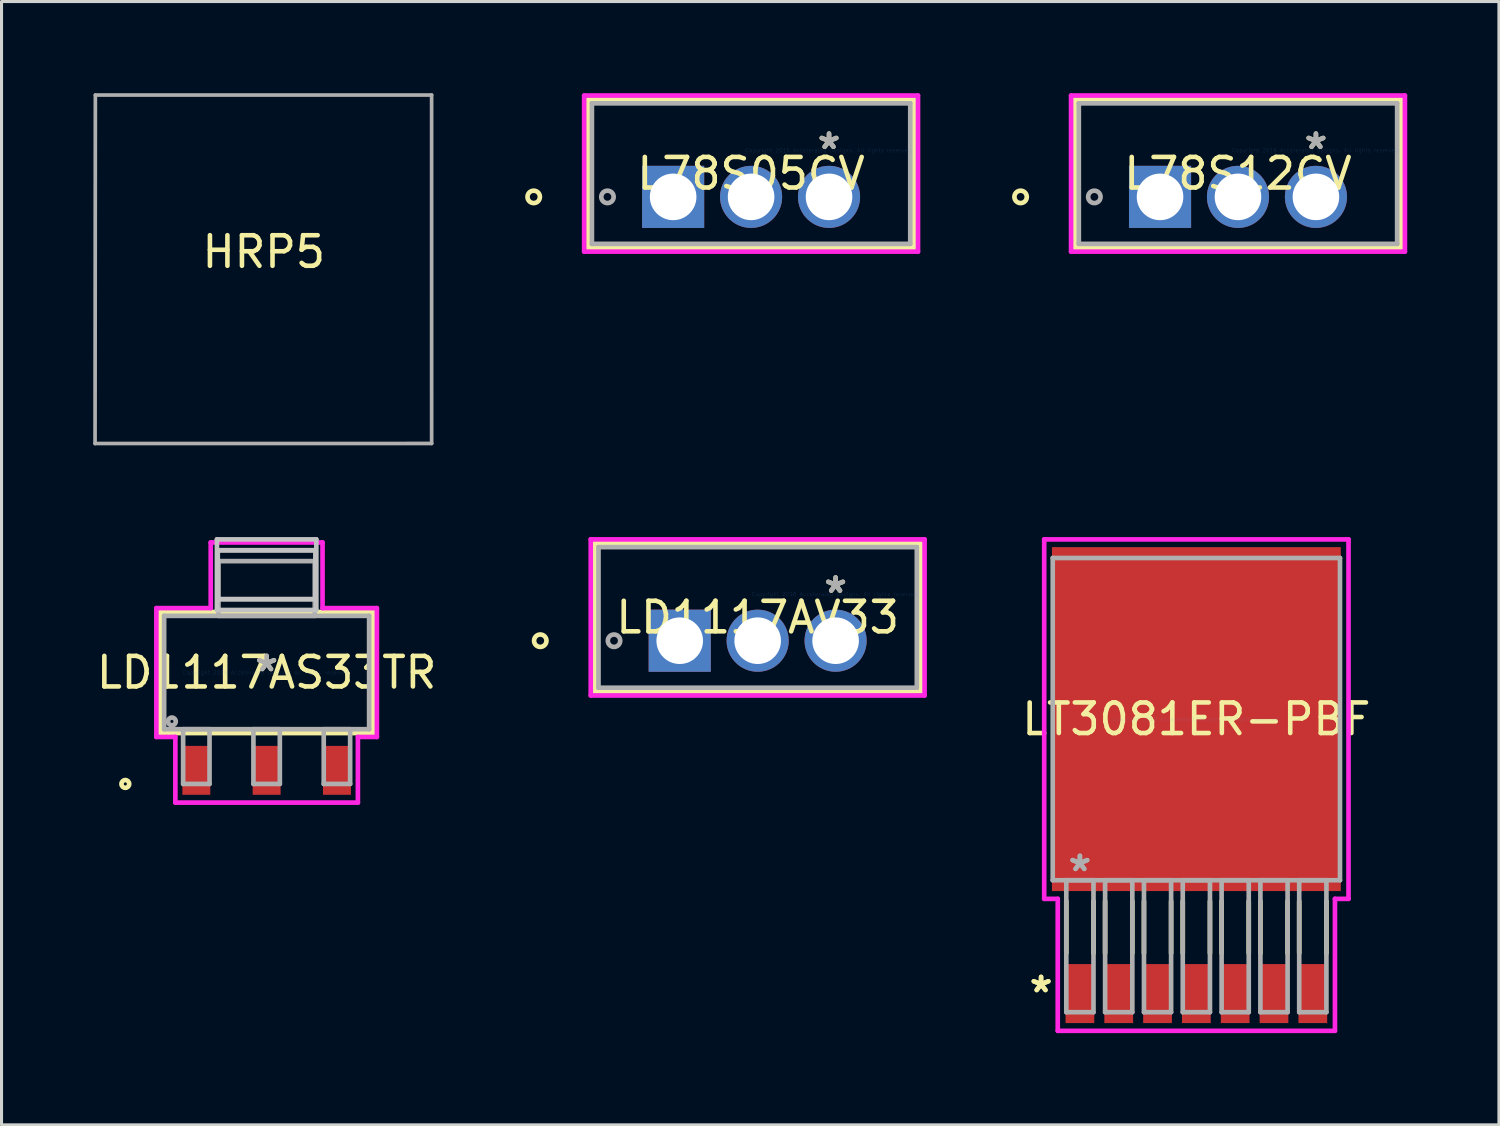
<source format=kicad_pcb>
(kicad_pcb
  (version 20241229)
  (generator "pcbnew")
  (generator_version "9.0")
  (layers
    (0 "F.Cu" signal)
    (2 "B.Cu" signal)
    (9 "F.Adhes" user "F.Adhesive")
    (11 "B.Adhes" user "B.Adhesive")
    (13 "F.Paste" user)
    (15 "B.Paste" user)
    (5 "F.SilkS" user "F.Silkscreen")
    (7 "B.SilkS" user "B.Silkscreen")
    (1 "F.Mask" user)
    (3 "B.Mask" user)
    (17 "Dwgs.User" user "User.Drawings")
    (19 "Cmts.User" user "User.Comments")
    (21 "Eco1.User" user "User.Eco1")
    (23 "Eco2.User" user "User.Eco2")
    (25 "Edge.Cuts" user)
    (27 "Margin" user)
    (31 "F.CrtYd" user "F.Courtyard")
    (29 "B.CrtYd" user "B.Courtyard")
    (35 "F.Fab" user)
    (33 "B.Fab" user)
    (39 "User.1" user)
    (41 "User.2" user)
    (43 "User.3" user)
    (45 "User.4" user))
  (footprint "LD1117AS33TR"
    (layer "F.Cu")
    (at 5.673 18.952)
    (property "Reference" "LD1117AS33TR" (at 0 0 0) (layer "F.SilkS") (effects (font (size 1 1) (thickness 0.15))))
    (attr through_hole)
    (fp_line (start -3.48 -1.981) (end -3.48 1.981) (stroke (width 0.152) (type solid)) (layer "F.SilkS"))
    (fp_line (start -3.48 1.981) (end 3.48 1.981) (stroke (width 0.152) (type solid)) (layer "F.SilkS"))
    (fp_line (start 3.48 -1.981) (end -3.48 -1.981) (stroke (width 0.152) (type solid)) (layer "F.SilkS"))
    (fp_line (start 3.48 1.981) (end 3.48 -1.981) (stroke (width 0.152) (type solid)) (layer "F.SilkS"))
    (fp_circle (center -4.623 3.645) (end -4.496 3.645) (stroke (width 0.152) (type solid)) (fill no) (layer "F.SilkS"))
    (fp_line (start -1.626 -4.356) (end -1.626 -2.045) (stroke (width 0.152) (type solid)) (layer "Dwgs.User"))
    (fp_line (start -1.626 -2.045) (end 1.626 -2.045) (stroke (width 0.152) (type solid)) (layer "Dwgs.User"))
    (fp_line (start -1.6 -4) (end -1.6 -2.4) (stroke (width 0.152) (type solid)) (layer "Dwgs.User"))
    (fp_line (start -1.6 -4) (end -1.6 -2.4) (stroke (width 0.152) (type solid)) (layer "Dwgs.User"))
    (fp_line (start -1.6 -2.4) (end 1.6 -2.4) (stroke (width 0.152) (type solid)) (layer "Dwgs.User"))
    (fp_line (start -1.6 -2.4) (end 1.6 -2.4) (stroke (width 0.152) (type solid)) (layer "Dwgs.User"))
    (fp_line (start 1.6 -4) (end -1.6 -4) (stroke (width 0.152) (type solid)) (layer "Dwgs.User"))
    (fp_line (start 1.6 -4) (end -1.6 -4) (stroke (width 0.152) (type solid)) (layer "Dwgs.User"))
    (fp_line (start 1.6 -2.4) (end 1.6 -4) (stroke (width 0.152) (type solid)) (layer "Dwgs.User"))
    (fp_line (start 1.6 -2.4) (end 1.6 -4) (stroke (width 0.152) (type solid)) (layer "Dwgs.User"))
    (fp_line (start 1.626 -4.356) (end -1.626 -4.356) (stroke (width 0.152) (type solid)) (layer "Dwgs.User"))
    (fp_line (start 1.626 -2.045) (end 1.626 -4.356) (stroke (width 0.152) (type solid)) (layer "Dwgs.User"))
    (fp_line (start -3.607 -2.108) (end -1.829 -2.108) (stroke (width 0.152) (type solid)) (layer "F.CrtYd"))
    (fp_line (start -3.607 2.108) (end -3.607 -2.108) (stroke (width 0.152) (type solid)) (layer "F.CrtYd"))
    (fp_line (start -2.986 2.108) (end -3.607 2.108) (stroke (width 0.152) (type solid)) (layer "F.CrtYd"))
    (fp_line (start -2.986 4.255) (end -2.986 2.108) (stroke (width 0.152) (type solid)) (layer "F.CrtYd"))
    (fp_line (start -1.829 -4.255) (end 1.829 -4.255) (stroke (width 0.152) (type solid)) (layer "F.CrtYd"))
    (fp_line (start -1.829 -2.108) (end -1.829 -4.255) (stroke (width 0.152) (type solid)) (layer "F.CrtYd"))
    (fp_line (start 1.829 -4.255) (end 1.829 -2.108) (stroke (width 0.152) (type solid)) (layer "F.CrtYd"))
    (fp_line (start 1.829 -2.108) (end 3.607 -2.108) (stroke (width 0.152) (type solid)) (layer "F.CrtYd"))
    (fp_line (start 2.986 2.108) (end 2.986 4.255) (stroke (width 0.152) (type solid)) (layer "F.CrtYd"))
    (fp_line (start 2.986 4.255) (end -2.986 4.255) (stroke (width 0.152) (type solid)) (layer "F.CrtYd"))
    (fp_line (start 3.607 -2.108) (end 3.607 2.108) (stroke (width 0.152) (type solid)) (layer "F.CrtYd"))
    (fp_line (start 3.607 2.108) (end 2.986 2.108) (stroke (width 0.152) (type solid)) (layer "F.CrtYd"))
    (fp_line (start -3.353 -1.854) (end -3.353 1.854) (stroke (width 0.152) (type solid)) (layer "F.Fab"))
    (fp_line (start -3.353 1.854) (end 3.353 1.854) (stroke (width 0.152) (type solid)) (layer "F.Fab"))
    (fp_line (start -2.732 1.854) (end -2.732 3.645) (stroke (width 0.152) (type solid)) (layer "F.Fab"))
    (fp_line (start -2.732 3.645) (end -1.868 3.645) (stroke (width 0.152) (type solid)) (layer "F.Fab"))
    (fp_line (start -1.868 1.854) (end -2.732 1.854) (stroke (width 0.152) (type solid)) (layer "F.Fab"))
    (fp_line (start -1.868 3.645) (end -1.868 1.854) (stroke (width 0.152) (type solid)) (layer "F.Fab"))
    (fp_line (start -1.575 -3.645) (end -1.575 -1.854) (stroke (width 0.152) (type solid)) (layer "F.Fab"))
    (fp_line (start -1.575 -1.854) (end 1.575 -1.854) (stroke (width 0.152) (type solid)) (layer "F.Fab"))
    (fp_line (start -0.432 1.854) (end -0.432 3.645) (stroke (width 0.152) (type solid)) (layer "F.Fab"))
    (fp_line (start -0.432 3.645) (end 0.432 3.645) (stroke (width 0.152) (type solid)) (layer "F.Fab"))
    (fp_line (start 0.432 1.854) (end -0.432 1.854) (stroke (width 0.152) (type solid)) (layer "F.Fab"))
    (fp_line (start 0.432 3.645) (end 0.432 1.854) (stroke (width 0.152) (type solid)) (layer "F.Fab"))
    (fp_line (start 1.575 -3.645) (end -1.575 -3.645) (stroke (width 0.152) (type solid)) (layer "F.Fab"))
    (fp_line (start 1.575 -1.854) (end 1.575 -3.645) (stroke (width 0.152) (type solid)) (layer "F.Fab"))
    (fp_line (start 1.868 1.854) (end 1.868 3.645) (stroke (width 0.152) (type solid)) (layer "F.Fab"))
    (fp_line (start 1.868 3.645) (end 2.732 3.645) (stroke (width 0.152) (type solid)) (layer "F.Fab"))
    (fp_line (start 2.732 1.854) (end 1.868 1.854) (stroke (width 0.152) (type solid)) (layer "F.Fab"))
    (fp_line (start 2.732 3.645) (end 2.732 1.854) (stroke (width 0.152) (type solid)) (layer "F.Fab"))
    (fp_line (start 3.353 -1.854) (end -3.353 -1.854) (stroke (width 0.152) (type solid)) (layer "F.Fab"))
    (fp_line (start 3.353 1.854) (end 3.353 -1.854) (stroke (width 0.152) (type solid)) (layer "F.Fab"))
    (fp_circle (center -3.099 1.6) (end -2.972 1.6) (stroke (width 0.152) (type solid)) (fill no) (layer "F.Fab"))
    (fp_text user "*" (at 0 0 0) (layer "F.SilkS") (effects (font (size 1 1) (thickness 0.15))))
    (fp_text user "Copyright 2016 Accelerated Designs. All rights reserved." (at 0 0 0) (layer "Cmts.User") (effects (font (size 0.127 0.127) (thickness 0.002))))
    (fp_text user "*" (at 0 0 0) (layer "F.Fab") (effects (font (size 1 1) (thickness 0.15))))
    (pad "1" smd rect (at -2.3 3.2) (size 0.914 1.6) (layers "F.Cu" "F.Mask" "F.Paste"))
    (pad "2" smd rect (at 0 3.2) (size 0.914 1.6) (layers "F.Cu" "F.Mask" "F.Paste"))
    (pad "3" smd rect (at 2.3 3.2) (size 0.914 1.6) (layers "F.Cu" "F.Mask" "F.Paste")))
  (footprint "LD1117AV33"
    (layer "F.Cu")
    (at 24.287 16.387)
    (property "Reference" "LD1117AV33" (at -2.55 0.762 0) (layer "F.SilkS") (effects (font (size 1 1) (thickness 0.15))))
    (attr through_hole)
    (fp_line (start -7.884 -1.664) (end -7.884 3.188) (stroke (width 0.152) (type solid)) (layer "F.SilkS"))
    (fp_line (start -7.884 3.188) (end 2.784 3.188) (stroke (width 0.152) (type solid)) (layer "F.SilkS"))
    (fp_line (start 2.784 -1.664) (end -7.884 -1.664) (stroke (width 0.152) (type solid)) (layer "F.SilkS"))
    (fp_line (start 2.784 3.188) (end 2.784 -1.664) (stroke (width 0.152) (type solid)) (layer "F.SilkS"))
    (fp_circle (center -9.662 1.524) (end -9.459 1.524) (stroke (width 0.152) (type solid)) (fill no) (layer "F.SilkS"))
    (fp_line (start -8.011 -1.791) (end 2.911 -1.791) (stroke (width 0.152) (type solid)) (layer "F.CrtYd"))
    (fp_line (start -8.011 3.315) (end -8.011 -1.791) (stroke (width 0.152) (type solid)) (layer "F.CrtYd"))
    (fp_line (start 2.911 -1.791) (end 2.911 3.315) (stroke (width 0.152) (type solid)) (layer "F.CrtYd"))
    (fp_line (start 2.911 3.315) (end -8.011 3.315) (stroke (width 0.152) (type solid)) (layer "F.CrtYd"))
    (fp_line (start -7.757 -1.537) (end -7.757 3.061) (stroke (width 0.152) (type solid)) (layer "F.Fab"))
    (fp_line (start -7.757 3.061) (end 2.657 3.061) (stroke (width 0.152) (type solid)) (layer "F.Fab"))
    (fp_line (start -5.354 1.524) (end -4.846 1.524) (stroke (width 0.152) (type solid)) (layer "F.Fab"))
    (fp_line (start -5.1 1.778) (end -5.1 1.27) (stroke (width 0.152) (type solid)) (layer "F.Fab"))
    (fp_line (start 2.657 -1.537) (end -7.757 -1.537) (stroke (width 0.152) (type solid)) (layer "F.Fab"))
    (fp_line (start 2.657 3.061) (end 2.657 -1.537) (stroke (width 0.152) (type solid)) (layer "F.Fab"))
    (fp_circle (center -7.249 1.524) (end -7.046 1.524) (stroke (width 0.152) (type solid)) (fill no) (layer "F.Fab"))
    (fp_text user "*" (at 0 0 0) (layer "F.SilkS") (effects (font (size 1 1) (thickness 0.15))))
    (fp_text user "Copyright 2016 Accelerated Designs. All rights reserved." (at 0 0 0) (layer "Cmts.User") (effects (font (size 0.127 0.127) (thickness 0.002))))
    (fp_text user "*" (at 0 0 0) (layer "F.Fab") (effects (font (size 1 1) (thickness 0.15))))
    (pad "1" thru_hole rect (at -5.1 1.524) (size 2.032 2.032) (drill 1.524) (layers "*.Cu" "*.Mask"))
    (pad "2" thru_hole circle (at -2.55 1.524) (size 2.032 2.032) (drill 1.524) (layers "*.Cu" "*.Mask"))
    (pad "3" thru_hole circle (at 0 1.524) (size 2.032 2.032) (drill 1.524) (layers "*.Cu" "*.Mask")))
  (footprint "HRP5"
    (layer "F.Cu")
    (at 5.58 5.79)
    (property "Reference" "HRP5" (at 0 -0.6 0) (layer "F.SilkS") (effects (font (size 1 1) (thickness 0.15))))
    (attr through_hole)
    (fp_line (start -5.52 5.67) (end -5.51 -5.73) (stroke (width 0.12) (type solid)) (layer "F.Fab"))
    (fp_line (start -5.51 -5.73) (end 5.49 -5.73) (stroke (width 0.12) (type solid)) (layer "F.Fab"))
    (fp_line (start 5.49 -5.73) (end 5.491 5.668) (stroke (width 0.12) (type solid)) (layer "F.Fab"))
    (fp_line (start 5.491 5.668) (end -5.52 5.67) (stroke (width 0.12) (type solid)) (layer "F.Fab")))
  (footprint "L78S12CV"
    (layer "F.Cu")
    (at 40.001 1.867)
    (property "Reference" "L78S12CV" (at -2.55 0.762 0) (layer "F.SilkS") (effects (font (size 1 1) (thickness 0.15))))
    (attr through_hole)
    (fp_line (start -7.884 -1.664) (end -7.884 3.188) (stroke (width 0.152) (type solid)) (layer "F.SilkS"))
    (fp_line (start -7.884 3.188) (end 2.784 3.188) (stroke (width 0.152) (type solid)) (layer "F.SilkS"))
    (fp_line (start 2.784 -1.664) (end -7.884 -1.664) (stroke (width 0.152) (type solid)) (layer "F.SilkS"))
    (fp_line (start 2.784 3.188) (end 2.784 -1.664) (stroke (width 0.152) (type solid)) (layer "F.SilkS"))
    (fp_circle (center -9.662 1.524) (end -9.459 1.524) (stroke (width 0.152) (type solid)) (fill no) (layer "F.SilkS"))
    (fp_line (start -8.011 -1.791) (end 2.911 -1.791) (stroke (width 0.152) (type solid)) (layer "F.CrtYd"))
    (fp_line (start -8.011 3.315) (end -8.011 -1.791) (stroke (width 0.152) (type solid)) (layer "F.CrtYd"))
    (fp_line (start 2.911 -1.791) (end 2.911 3.315) (stroke (width 0.152) (type solid)) (layer "F.CrtYd"))
    (fp_line (start 2.911 3.315) (end -8.011 3.315) (stroke (width 0.152) (type solid)) (layer "F.CrtYd"))
    (fp_line (start -7.757 -1.537) (end -7.757 3.061) (stroke (width 0.152) (type solid)) (layer "F.Fab"))
    (fp_line (start -7.757 3.061) (end 2.657 3.061) (stroke (width 0.152) (type solid)) (layer "F.Fab"))
    (fp_line (start -5.354 1.524) (end -4.846 1.524) (stroke (width 0.152) (type solid)) (layer "F.Fab"))
    (fp_line (start -5.1 1.778) (end -5.1 1.27) (stroke (width 0.152) (type solid)) (layer "F.Fab"))
    (fp_line (start 2.657 -1.537) (end -7.757 -1.537) (stroke (width 0.152) (type solid)) (layer "F.Fab"))
    (fp_line (start 2.657 3.061) (end 2.657 -1.537) (stroke (width 0.152) (type solid)) (layer "F.Fab"))
    (fp_circle (center -7.249 1.524) (end -7.046 1.524) (stroke (width 0.152) (type solid)) (fill no) (layer "F.Fab"))
    (fp_text user "*" (at 0 0 0) (layer "F.SilkS") (effects (font (size 1 1) (thickness 0.15))))
    (fp_text user "Copyright 2016 Accelerated Designs. All rights reserved." (at 0 0 0) (layer "Cmts.User") (effects (font (size 0.127 0.127) (thickness 0.002))))
    (fp_text user "*" (at 0 0 0) (layer "F.Fab") (effects (font (size 1 1) (thickness 0.15))))
    (pad "1" thru_hole rect (at -5.1 1.524) (size 2.032 2.032) (drill 1.524) (layers "*.Cu" "*.Mask"))
    (pad "2" thru_hole circle (at -2.55 1.524) (size 2.032 2.032) (drill 1.524) (layers "*.Cu" "*.Mask"))
    (pad "3" thru_hole circle (at 0 1.524) (size 2.032 2.032) (drill 1.524) (layers "*.Cu" "*.Mask")))
  (footprint "L78S05CV"
    (layer "F.Cu")
    (at 24.072 1.867)
    (property "Reference" "L78S05CV" (at -2.55 0.762 0) (layer "F.SilkS") (effects (font (size 1 1) (thickness 0.15))))
    (attr through_hole)
    (fp_line (start -7.884 -1.664) (end -7.884 3.188) (stroke (width 0.152) (type solid)) (layer "F.SilkS"))
    (fp_line (start -7.884 3.188) (end 2.784 3.188) (stroke (width 0.152) (type solid)) (layer "F.SilkS"))
    (fp_line (start 2.784 -1.664) (end -7.884 -1.664) (stroke (width 0.152) (type solid)) (layer "F.SilkS"))
    (fp_line (start 2.784 3.188) (end 2.784 -1.664) (stroke (width 0.152) (type solid)) (layer "F.SilkS"))
    (fp_circle (center -9.662 1.524) (end -9.459 1.524) (stroke (width 0.152) (type solid)) (fill no) (layer "F.SilkS"))
    (fp_line (start -8.011 -1.791) (end 2.911 -1.791) (stroke (width 0.152) (type solid)) (layer "F.CrtYd"))
    (fp_line (start -8.011 3.315) (end -8.011 -1.791) (stroke (width 0.152) (type solid)) (layer "F.CrtYd"))
    (fp_line (start 2.911 -1.791) (end 2.911 3.315) (stroke (width 0.152) (type solid)) (layer "F.CrtYd"))
    (fp_line (start 2.911 3.315) (end -8.011 3.315) (stroke (width 0.152) (type solid)) (layer "F.CrtYd"))
    (fp_line (start -7.757 -1.537) (end -7.757 3.061) (stroke (width 0.152) (type solid)) (layer "F.Fab"))
    (fp_line (start -7.757 3.061) (end 2.657 3.061) (stroke (width 0.152) (type solid)) (layer "F.Fab"))
    (fp_line (start -5.354 1.524) (end -4.846 1.524) (stroke (width 0.152) (type solid)) (layer "F.Fab"))
    (fp_line (start -5.1 1.778) (end -5.1 1.27) (stroke (width 0.152) (type solid)) (layer "F.Fab"))
    (fp_line (start 2.657 -1.537) (end -7.757 -1.537) (stroke (width 0.152) (type solid)) (layer "F.Fab"))
    (fp_line (start 2.657 3.061) (end 2.657 -1.537) (stroke (width 0.152) (type solid)) (layer "F.Fab"))
    (fp_circle (center -7.249 1.524) (end -7.046 1.524) (stroke (width 0.152) (type solid)) (fill no) (layer "F.Fab"))
    (fp_text user "*" (at 0 0 0) (layer "F.SilkS") (effects (font (size 1 1) (thickness 0.15))))
    (fp_text user "Copyright 2016 Accelerated Designs. All rights reserved." (at 0 0 0) (layer "Cmts.User") (effects (font (size 0.127 0.127) (thickness 0.002))))
    (fp_text user "*" (at 0 0 0) (layer "F.Fab") (effects (font (size 1 1) (thickness 0.15))))
    (pad "1" thru_hole rect (at -5.1 1.524) (size 2.032 2.032) (drill 1.524) (layers "*.Cu" "*.Mask"))
    (pad "2" thru_hole circle (at -2.55 1.524) (size 2.032 2.032) (drill 1.524) (layers "*.Cu" "*.Mask"))
    (pad "3" thru_hole circle (at 0 1.524) (size 2.032 2.032) (drill 1.524) (layers "*.Cu" "*.Mask")))
  (footprint "LT3081ER-PBF"
    (layer "F.Cu")
    (at 36.089 20.476)
    (property "Reference" "LT3081ER-PBF" (at 0 0 0) (layer "F.SilkS") (effects (font (size 1 1) (thickness 0.15))))
    (attr through_hole)
    (fp_line (start -4.255 5.959) (end -4.255 7.658) (stroke (width 0.152) (type solid)) (layer "F.SilkS"))
    (fp_line (start -3.365 5.959) (end -3.365 7.658) (stroke (width 0.152) (type solid)) (layer "F.SilkS"))
    (fp_line (start -2.985 5.959) (end -2.985 7.658) (stroke (width 0.152) (type solid)) (layer "F.SilkS"))
    (fp_line (start -2.095 5.959) (end -2.095 7.658) (stroke (width 0.152) (type solid)) (layer "F.SilkS"))
    (fp_line (start -1.714 5.959) (end -1.714 7.658) (stroke (width 0.152) (type solid)) (layer "F.SilkS"))
    (fp_line (start -0.826 5.959) (end -0.826 7.658) (stroke (width 0.152) (type solid)) (layer "F.SilkS"))
    (fp_line (start -0.445 5.959) (end -0.445 7.658) (stroke (width 0.152) (type solid)) (layer "F.SilkS"))
    (fp_line (start 0.445 5.959) (end 0.445 7.658) (stroke (width 0.152) (type solid)) (layer "F.SilkS"))
    (fp_line (start 0.826 5.959) (end 0.826 7.658) (stroke (width 0.152) (type solid)) (layer "F.SilkS"))
    (fp_line (start 1.714 5.959) (end 1.714 7.658) (stroke (width 0.152) (type solid)) (layer "F.SilkS"))
    (fp_line (start 2.095 5.959) (end 2.095 7.658) (stroke (width 0.152) (type solid)) (layer "F.SilkS"))
    (fp_line (start 2.985 5.959) (end 2.985 7.658) (stroke (width 0.152) (type solid)) (layer "F.SilkS"))
    (fp_line (start 3.365 5.959) (end 3.365 7.658) (stroke (width 0.152) (type solid)) (layer "F.SilkS"))
    (fp_line (start 4.255 5.959) (end 4.255 7.658) (stroke (width 0.152) (type solid)) (layer "F.SilkS"))
    (fp_line (start -4.978 -5.88) (end 4.978 -5.88) (stroke (width 0.152) (type solid)) (layer "F.CrtYd"))
    (fp_line (start -4.978 5.88) (end -4.978 -5.88) (stroke (width 0.152) (type solid)) (layer "F.CrtYd"))
    (fp_line (start -4.534 5.88) (end -4.978 5.88) (stroke (width 0.152) (type solid)) (layer "F.CrtYd"))
    (fp_line (start -4.534 10.198) (end -4.534 5.88) (stroke (width 0.152) (type solid)) (layer "F.CrtYd"))
    (fp_line (start 4.534 5.88) (end 4.534 10.198) (stroke (width 0.152) (type solid)) (layer "F.CrtYd"))
    (fp_line (start 4.534 10.198) (end -4.534 10.198) (stroke (width 0.152) (type solid)) (layer "F.CrtYd"))
    (fp_line (start 4.978 -5.88) (end 4.978 5.88) (stroke (width 0.152) (type solid)) (layer "F.CrtYd"))
    (fp_line (start 4.978 5.88) (end 4.534 5.88) (stroke (width 0.152) (type solid)) (layer "F.CrtYd"))
    (fp_line (start -4.699 -5.271) (end -4.699 5.271) (stroke (width 0.152) (type solid)) (layer "F.Fab"))
    (fp_line (start -4.699 5.271) (end 4.699 5.271) (stroke (width 0.152) (type solid)) (layer "F.Fab"))
    (fp_line (start -4.255 5.271) (end -4.255 9.588) (stroke (width 0.152) (type solid)) (layer "F.Fab"))
    (fp_line (start -4.255 9.588) (end -3.365 9.588) (stroke (width 0.152) (type solid)) (layer "F.Fab"))
    (fp_line (start -3.365 5.271) (end -4.255 5.271) (stroke (width 0.152) (type solid)) (layer "F.Fab"))
    (fp_line (start -3.365 9.588) (end -3.365 5.271) (stroke (width 0.152) (type solid)) (layer "F.Fab"))
    (fp_line (start -2.985 5.271) (end -2.985 9.588) (stroke (width 0.152) (type solid)) (layer "F.Fab"))
    (fp_line (start -2.985 9.588) (end -2.095 9.588) (stroke (width 0.152) (type solid)) (layer "F.Fab"))
    (fp_line (start -2.095 5.271) (end -2.985 5.271) (stroke (width 0.152) (type solid)) (layer "F.Fab"))
    (fp_line (start -2.095 9.588) (end -2.095 5.271) (stroke (width 0.152) (type solid)) (layer "F.Fab"))
    (fp_line (start -1.714 5.271) (end -1.714 9.588) (stroke (width 0.152) (type solid)) (layer "F.Fab"))
    (fp_line (start -1.714 9.588) (end -0.826 9.588) (stroke (width 0.152) (type solid)) (layer "F.Fab"))
    (fp_line (start -0.826 5.271) (end -1.714 5.271) (stroke (width 0.152) (type solid)) (layer "F.Fab"))
    (fp_line (start -0.826 9.588) (end -0.826 5.271) (stroke (width 0.152) (type solid)) (layer "F.Fab"))
    (fp_line (start -0.445 5.271) (end -0.445 9.588) (stroke (width 0.152) (type solid)) (layer "F.Fab"))
    (fp_line (start -0.445 9.588) (end 0.445 9.588) (stroke (width 0.152) (type solid)) (layer "F.Fab"))
    (fp_line (start 0.445 5.271) (end -0.445 5.271) (stroke (width 0.152) (type solid)) (layer "F.Fab"))
    (fp_line (start 0.445 9.588) (end 0.445 5.271) (stroke (width 0.152) (type solid)) (layer "F.Fab"))
    (fp_line (start 0.826 5.271) (end 0.826 9.588) (stroke (width 0.152) (type solid)) (layer "F.Fab"))
    (fp_line (start 0.826 9.588) (end 1.714 9.588) (stroke (width 0.152) (type solid)) (layer "F.Fab"))
    (fp_line (start 1.714 5.271) (end 0.826 5.271) (stroke (width 0.152) (type solid)) (layer "F.Fab"))
    (fp_line (start 1.714 9.588) (end 1.714 5.271) (stroke (width 0.152) (type solid)) (layer "F.Fab"))
    (fp_line (start 2.095 5.271) (end 2.095 9.588) (stroke (width 0.152) (type solid)) (layer "F.Fab"))
    (fp_line (start 2.095 9.588) (end 2.985 9.588) (stroke (width 0.152) (type solid)) (layer "F.Fab"))
    (fp_line (start 2.985 5.271) (end 2.095 5.271) (stroke (width 0.152) (type solid)) (layer "F.Fab"))
    (fp_line (start 2.985 9.588) (end 2.985 5.271) (stroke (width 0.152) (type solid)) (layer "F.Fab"))
    (fp_line (start 3.365 5.271) (end 3.365 9.588) (stroke (width 0.152) (type solid)) (layer "F.Fab"))
    (fp_line (start 3.365 9.588) (end 4.255 9.588) (stroke (width 0.152) (type solid)) (layer "F.Fab"))
    (fp_line (start 4.255 5.271) (end 3.365 5.271) (stroke (width 0.152) (type solid)) (layer "F.Fab"))
    (fp_line (start 4.255 9.588) (end 4.255 5.271) (stroke (width 0.152) (type solid)) (layer "F.Fab"))
    (fp_line (start 4.699 -5.271) (end -4.699 -5.271) (stroke (width 0.152) (type solid)) (layer "F.Fab"))
    (fp_line (start 4.699 5.271) (end 4.699 -5.271) (stroke (width 0.152) (type solid)) (layer "F.Fab"))
    (fp_text user "*" (at -5.08 8.979 0) (layer "F.SilkS") (effects (font (size 1 1) (thickness 0.15))))
    (fp_text user "*" (at -5.08 8.979 0) (layer "F.SilkS") (effects (font (size 1 1) (thickness 0.15))))
    (fp_text user "Copyright 2016 Accelerated Designs. All rights reserved." (at 0 0 0) (layer "Cmts.User") (effects (font (size 0.127 0.127) (thickness 0.002))))
    (fp_text user "*" (at -3.81 5.016 0) (layer "F.Fab") (effects (font (size 1 1) (thickness 0.15))))
    (fp_text user "*" (at -3.81 5.016 0) (layer "F.Fab") (effects (font (size 1 1) (thickness 0.15))))
    (pad "1" smd rect (at -3.81 8.979) (size 0.94 1.93) (layers "F.Cu" "F.Mask" "F.Paste"))
    (pad "2" smd rect (at -2.54 8.979) (size 0.94 1.93) (layers "F.Cu" "F.Mask" "F.Paste"))
    (pad "3" smd rect (at -1.27 8.979) (size 0.94 1.93) (layers "F.Cu" "F.Mask" "F.Paste"))
    (pad "4" smd rect (at 0 8.979) (size 0.94 1.93) (layers "F.Cu" "F.Mask" "F.Paste"))
    (pad "5" smd rect (at 1.27 8.979) (size 0.94 1.93) (layers "F.Cu" "F.Mask" "F.Paste"))
    (pad "6" smd rect (at 2.54 8.979) (size 0.94 1.93) (layers "F.Cu" "F.Mask" "F.Paste"))
    (pad "7" smd rect (at 3.81 8.979) (size 0.94 1.93) (layers "F.Cu" "F.Mask" "F.Paste"))
    (pad "8" smd rect (at 0 0) (size 9.449 11.252) (layers "F.Cu" "F.Mask" "F.Paste")))
  (gr_rect
    (start -3 -3)
    (end 45.988 33.751)
    (stroke (width 0.1) (type default))
    (fill no)
    (layer "Edge.Cuts")))
</source>
